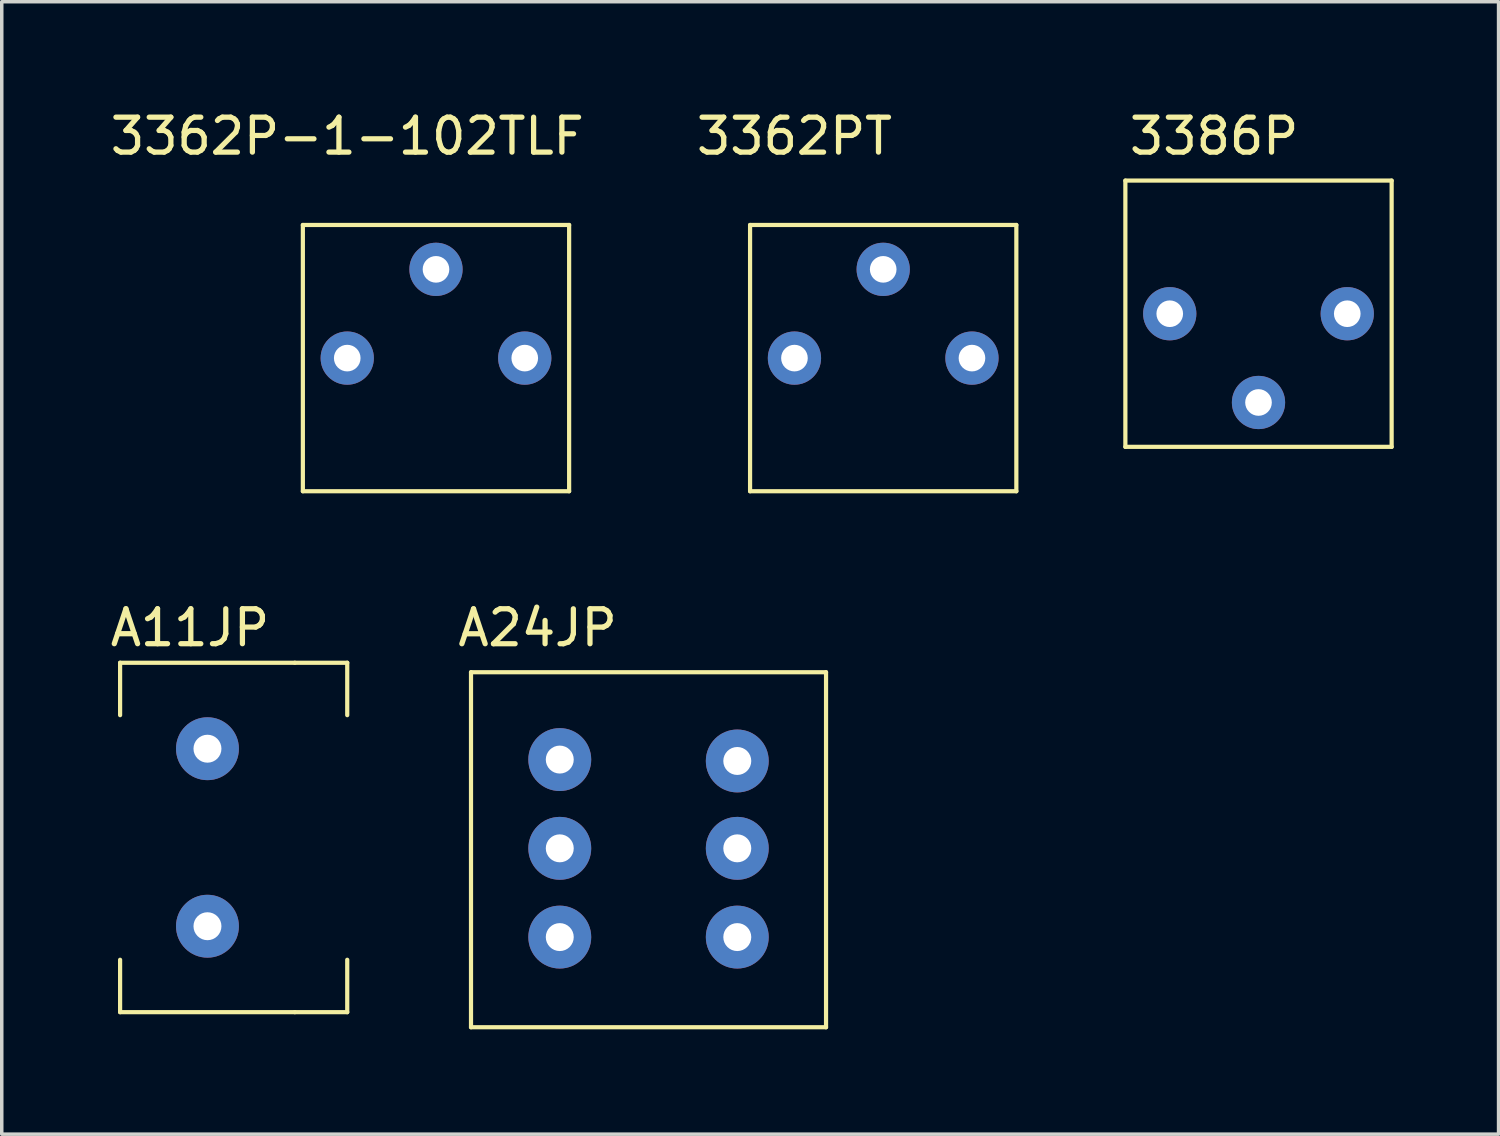
<source format=kicad_pcb>
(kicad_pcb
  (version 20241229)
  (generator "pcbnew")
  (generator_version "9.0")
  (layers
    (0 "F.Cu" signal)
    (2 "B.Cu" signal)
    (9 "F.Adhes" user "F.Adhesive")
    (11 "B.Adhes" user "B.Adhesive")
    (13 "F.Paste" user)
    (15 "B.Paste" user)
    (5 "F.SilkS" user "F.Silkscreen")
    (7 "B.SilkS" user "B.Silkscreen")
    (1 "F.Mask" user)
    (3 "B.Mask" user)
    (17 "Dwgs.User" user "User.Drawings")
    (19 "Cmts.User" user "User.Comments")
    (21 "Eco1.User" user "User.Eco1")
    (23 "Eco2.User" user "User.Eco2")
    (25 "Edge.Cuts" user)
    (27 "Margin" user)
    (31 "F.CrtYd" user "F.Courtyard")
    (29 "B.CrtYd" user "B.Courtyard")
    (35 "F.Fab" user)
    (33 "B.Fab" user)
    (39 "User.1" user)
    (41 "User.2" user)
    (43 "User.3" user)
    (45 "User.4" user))
  (footprint "A24JP"
    (layer "F.Cu")
    (at 15.509 21.267)
    (property "Reference" "A24JP" (at -3.175 -6.35 0) (layer "F.SilkS") (effects (font (size 1 1) (thickness 0.15))))
    (attr through_hole)
    (fp_line (start -5.08 -5.08) (end 5.08 -5.08) (stroke (width 0.12) (type solid)) (layer "F.SilkS"))
    (fp_line (start -5.08 5.08) (end -5.08 -5.08) (stroke (width 0.12) (type solid)) (layer "F.SilkS"))
    (fp_line (start 5.08 -5.08) (end 5.08 5.08) (stroke (width 0.12) (type solid)) (layer "F.SilkS"))
    (fp_line (start 5.08 5.08) (end -5.08 5.08) (stroke (width 0.12) (type solid)) (layer "F.SilkS"))
    (pad "1" thru_hole circle (at 2.54 -2.54) (size 1.8 1.8) (drill 0.8) (layers "*.Cu" "*.Mask"))
    (pad "2" thru_hole circle (at 2.54 -0.04) (size 1.8 1.8) (drill 0.8) (layers "*.Cu" "*.Mask"))
    (pad "3" thru_hole circle (at 2.54 2.5) (size 1.8 1.8) (drill 0.8) (layers "*.Cu" "*.Mask"))
    (pad "4" thru_hole circle (at -2.54 -2.58) (size 1.8 1.8) (drill 0.8) (layers "*.Cu" "*.Mask"))
    (pad "5" thru_hole circle (at -2.54 -0.04) (size 1.8 1.8) (drill 0.8) (layers "*.Cu" "*.Mask"))
    (pad "6" thru_hole circle (at -2.54 2.5) (size 1.8 1.8) (drill 0.8) (layers "*.Cu" "*.Mask")))
  (footprint "3362PT"
    (layer "F.Cu")
    (at 22.225 7.198)
    (property "Reference" "3362PT" (at -2.54 -6.35 0) (layer "F.SilkS") (effects (font (size 1 1) (thickness 0.15))))
    (attr through_hole)
    (fp_line (start -3.81 -3.81) (end 3.81 -3.81) (stroke (width 0.12) (type solid)) (layer "F.SilkS"))
    (fp_line (start -3.81 3.81) (end -3.81 -3.81) (stroke (width 0.12) (type solid)) (layer "F.SilkS"))
    (fp_line (start 3.81 -3.81) (end 3.81 3.81) (stroke (width 0.12) (type solid)) (layer "F.SilkS"))
    (fp_line (start 3.81 3.81) (end -3.81 3.81) (stroke (width 0.12) (type solid)) (layer "F.SilkS"))
    (pad "1" thru_hole circle (at -2.54 0) (size 1.524 1.524) (drill 0.762) (layers "*.Cu" "*.Mask"))
    (pad "2" thru_hole circle (at 0 -2.54) (size 1.524 1.524) (drill 0.762) (layers "*.Cu" "*.Mask"))
    (pad "3" thru_hole circle (at 2.54 0) (size 1.524 1.524) (drill 0.762) (layers "*.Cu" "*.Mask")))
  (footprint "3386P"
    (layer "F.Cu")
    (at 32.965 5.928)
    (property "Reference" "3386P" (at -1.27 -5.08 0) (layer "F.SilkS") (effects (font (size 1 1) (thickness 0.15))))
    (attr through_hole)
    (fp_line (start -3.81 -3.81) (end 3.81 -3.81) (stroke (width 0.12) (type solid)) (layer "F.SilkS"))
    (fp_line (start -3.81 3.81) (end -3.81 -3.81) (stroke (width 0.12) (type solid)) (layer "F.SilkS"))
    (fp_line (start 3.81 -3.81) (end 3.81 3.81) (stroke (width 0.12) (type solid)) (layer "F.SilkS"))
    (fp_line (start 3.81 3.81) (end -3.81 3.81) (stroke (width 0.12) (type solid)) (layer "F.SilkS"))
    (pad "1" thru_hole circle (at -2.54 0) (size 1.524 1.524) (drill 0.762) (layers "*.Cu" "*.Mask"))
    (pad "2" thru_hole circle (at 0 2.54) (size 1.524 1.524) (drill 0.762) (layers "*.Cu" "*.Mask"))
    (pad "3" thru_hole circle (at 2.54 0) (size 1.524 1.524) (drill 0.762) (layers "*.Cu" "*.Mask")))
  (footprint "A11JP"
    (layer "F.Cu")
    (at 2.887 20.916)
    (property "Reference" "A11JP" (at -0.5 -6 0) (layer "F.SilkS") (effects (font (size 1 1) (thickness 0.15))))
    (attr through_hole)
    (fp_line (start -2.5 -5) (end -2.5 -3.5) (stroke (width 0.12) (type solid)) (layer "F.SilkS"))
    (fp_line (start -2.5 3.5) (end -2.5 5) (stroke (width 0.12) (type solid)) (layer "F.SilkS"))
    (fp_line (start -2.5 5) (end 2.5 5) (stroke (width 0.12) (type solid)) (layer "F.SilkS"))
    (fp_line (start 2.5 -5) (end -2.5 -5) (stroke (width 0.12) (type solid)) (layer "F.SilkS"))
    (fp_line (start 2.5 -5) (end 4 -5) (stroke (width 0.12) (type solid)) (layer "F.SilkS"))
    (fp_line (start 2.5 5) (end 4 5) (stroke (width 0.12) (type solid)) (layer "F.SilkS"))
    (fp_line (start 4 -5) (end 4 -3.5) (stroke (width 0.12) (type solid)) (layer "F.SilkS"))
    (fp_line (start 4 5) (end 4 3.5) (stroke (width 0.12) (type solid)) (layer "F.SilkS"))
    (pad "1" thru_hole circle (at 0 -2.54) (size 1.8 1.8) (drill 0.8) (layers "*.Cu" "*.Mask"))
    (pad "3" thru_hole circle (at 0 2.54) (size 1.8 1.8) (drill 0.8) (layers "*.Cu" "*.Mask")))
  (footprint "3362P-1-102TLF"
    (layer "F.Cu")
    (at 9.427 7.198)
    (property "Reference" "3362P-1-102TLF" (at -2.54 -6.35 0) (layer "F.SilkS") (effects (font (size 1 1) (thickness 0.15))))
    (attr through_hole)
    (fp_line (start -3.81 -3.81) (end 3.81 -3.81) (stroke (width 0.12) (type solid)) (layer "F.SilkS"))
    (fp_line (start -3.81 3.81) (end -3.81 -3.81) (stroke (width 0.12) (type solid)) (layer "F.SilkS"))
    (fp_line (start 3.81 -3.81) (end 3.81 3.81) (stroke (width 0.12) (type solid)) (layer "F.SilkS"))
    (fp_line (start 3.81 3.81) (end -3.81 3.81) (stroke (width 0.12) (type solid)) (layer "F.SilkS"))
    (pad "1" thru_hole circle (at -2.54 0) (size 1.524 1.524) (drill 0.762) (layers "*.Cu" "*.Mask"))
    (pad "2" thru_hole circle (at 0 -2.54) (size 1.524 1.524) (drill 0.762) (layers "*.Cu" "*.Mask"))
    (pad "3" thru_hole circle (at 2.54 0) (size 1.524 1.524) (drill 0.762) (layers "*.Cu" "*.Mask")))
  (gr_rect
    (start -3 -3)
    (end 39.835 29.407)
    (stroke (width 0.1) (type default))
    (fill no)
    (layer "Edge.Cuts")))
</source>
